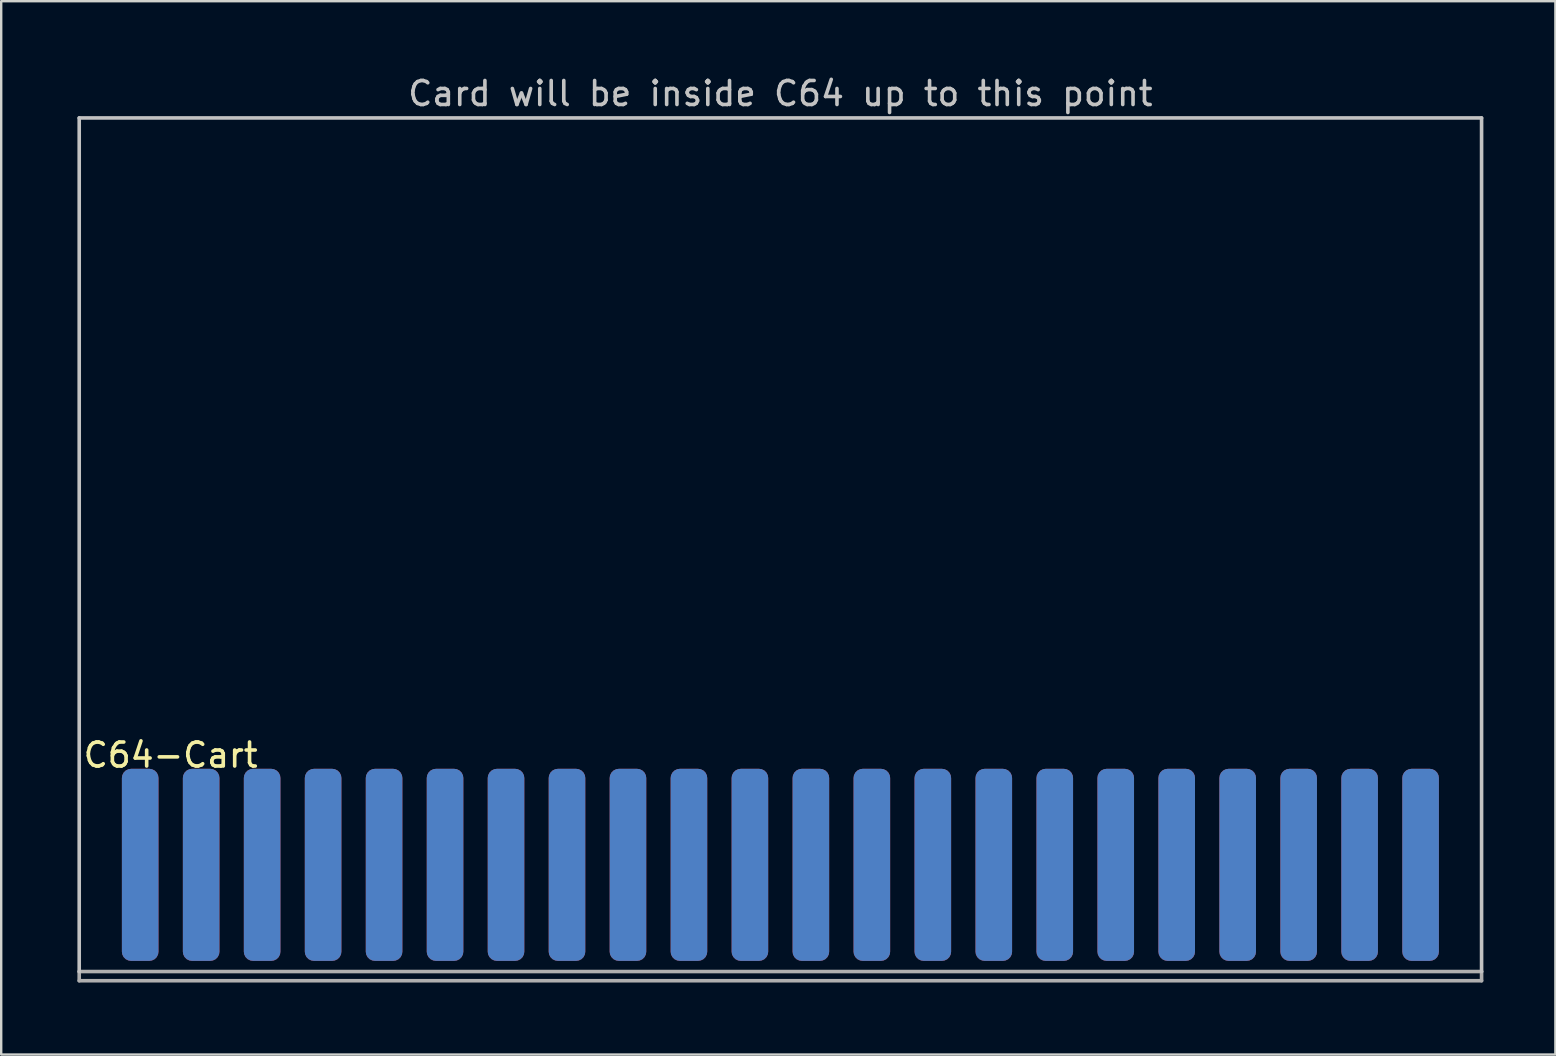
<source format=kicad_pcb>
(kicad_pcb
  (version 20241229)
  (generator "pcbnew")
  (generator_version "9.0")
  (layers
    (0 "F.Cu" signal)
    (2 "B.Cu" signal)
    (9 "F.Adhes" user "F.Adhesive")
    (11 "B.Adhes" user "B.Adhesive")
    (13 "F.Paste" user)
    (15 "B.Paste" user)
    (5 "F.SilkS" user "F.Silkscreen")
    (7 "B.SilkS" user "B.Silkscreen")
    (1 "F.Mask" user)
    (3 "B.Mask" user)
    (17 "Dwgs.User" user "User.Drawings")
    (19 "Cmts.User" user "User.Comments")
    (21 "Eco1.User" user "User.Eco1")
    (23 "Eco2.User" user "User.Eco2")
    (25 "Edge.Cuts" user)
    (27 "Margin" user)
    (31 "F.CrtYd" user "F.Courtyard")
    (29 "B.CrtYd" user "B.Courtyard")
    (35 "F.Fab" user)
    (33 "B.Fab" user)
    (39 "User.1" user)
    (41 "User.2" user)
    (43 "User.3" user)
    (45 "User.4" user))
  (footprint "C64-Cart"
    (layer "F.Cu")
    (at 0.25 37.424)
    (property "Reference" "C64-Cart" (at 3.81 -9.018 0) (layer "F.SilkS") (effects (font (size 1 1) (thickness 0.15))))
    (attr through_hole)
    (fp_poly (pts (xy 0 -8.636) (xy 58.42 -8.636) (xy 58.42 0.381) (xy 0 0.381)) (stroke (width 0.15) (type solid)) (fill yes) (layer "F.Mask"))
    (fp_poly (pts (xy 0 -8.636) (xy 58.42 -8.636) (xy 58.42 0.381) (xy 0 0.381)) (stroke (width 0.15) (type solid)) (fill yes) (layer "B.Mask"))
    (fp_line (start 0 -35.56) (end 0 0) (stroke (width 0.15) (type solid)) (layer "Dwgs.User"))
    (fp_line (start 58.42 -35.56) (end 0 -35.56) (stroke (width 0.15) (type solid)) (layer "Dwgs.User"))
    (fp_line (start 58.42 0) (end 58.42 -35.56) (stroke (width 0.15) (type solid)) (layer "Dwgs.User"))
    (fp_line (start 0 0) (end 58.42 0) (stroke (width 0.15) (type solid)) (layer "F.Fab"))
    (fp_line (start 0 0.381) (end 0 0) (stroke (width 0.15) (type solid)) (layer "F.Fab"))
    (fp_line (start 0 0.381) (end 58.42 0.381) (stroke (width 0.15) (type solid)) (layer "F.Fab"))
    (fp_line (start 58.42 0.381) (end 58.42 0) (stroke (width 0.15) (type solid)) (layer "F.Fab"))
    (fp_text user "Card will be inside C64 up to this point" (at 29.21 -36.576 0) (layer "Dwgs.User") (effects (font (size 1 1) (thickness 0.15))))
    (pad "1" smd roundrect (at 2.54 -4.446 180) (size 1.524 8) (layers "F.Cu") (roundrect_rratio 0.25))
    (pad "2" smd roundrect (at 5.08 -4.446 180) (size 1.524 8) (layers "F.Cu") (roundrect_rratio 0.25))
    (pad "3" smd roundrect (at 7.62 -4.446 180) (size 1.524 8) (layers "F.Cu") (roundrect_rratio 0.25))
    (pad "4" smd roundrect (at 10.16 -4.446 180) (size 1.524 8) (layers "F.Cu") (roundrect_rratio 0.25))
    (pad "5" smd roundrect (at 12.7 -4.446 180) (size 1.524 8) (layers "F.Cu") (roundrect_rratio 0.25))
    (pad "6" smd roundrect (at 15.24 -4.446 180) (size 1.524 8) (layers "F.Cu") (roundrect_rratio 0.25))
    (pad "7" smd roundrect (at 17.78 -4.446 180) (size 1.524 8) (layers "F.Cu") (roundrect_rratio 0.25))
    (pad "8" smd roundrect (at 20.32 -4.446 180) (size 1.524 8) (layers "F.Cu") (roundrect_rratio 0.25))
    (pad "9" smd roundrect (at 22.86 -4.446 180) (size 1.524 8) (layers "F.Cu") (roundrect_rratio 0.25))
    (pad "10" smd roundrect (at 25.4 -4.446 180) (size 1.524 8) (layers "F.Cu") (roundrect_rratio 0.25))
    (pad "11" smd roundrect (at 27.94 -4.446 180) (size 1.524 8) (layers "F.Cu") (roundrect_rratio 0.25))
    (pad "12" smd roundrect (at 30.48 -4.446 180) (size 1.524 8) (layers "F.Cu") (roundrect_rratio 0.25))
    (pad "13" smd roundrect (at 33.02 -4.446 180) (size 1.524 8) (layers "F.Cu") (roundrect_rratio 0.25))
    (pad "14" smd roundrect (at 35.56 -4.446 180) (size 1.524 8) (layers "F.Cu") (roundrect_rratio 0.25))
    (pad "15" smd roundrect (at 38.1 -4.446 180) (size 1.524 8) (layers "F.Cu") (roundrect_rratio 0.25))
    (pad "16" smd roundrect (at 40.64 -4.446 180) (size 1.524 8) (layers "F.Cu") (roundrect_rratio 0.25))
    (pad "17" smd roundrect (at 43.18 -4.446 180) (size 1.524 8) (layers "F.Cu") (roundrect_rratio 0.25))
    (pad "18" smd roundrect (at 45.72 -4.446 180) (size 1.524 8) (layers "F.Cu") (roundrect_rratio 0.25))
    (pad "19" smd roundrect (at 48.26 -4.446 180) (size 1.524 8) (layers "F.Cu") (roundrect_rratio 0.25))
    (pad "20" smd roundrect (at 50.8 -4.446 180) (size 1.524 8) (layers "F.Cu") (roundrect_rratio 0.25))
    (pad "21" smd roundrect (at 53.34 -4.446 180) (size 1.524 8) (layers "F.Cu") (roundrect_rratio 0.25))
    (pad "22" smd roundrect (at 55.88 -4.446 180) (size 1.524 8) (layers "F.Cu") (roundrect_rratio 0.25))
    (pad "A" smd roundrect (at 2.54 -4.446) (size 1.524 8) (layers "B.Cu") (roundrect_rratio 0.25))
    (pad "B" smd roundrect (at 5.08 -4.446) (size 1.524 8) (layers "B.Cu") (roundrect_rratio 0.25))
    (pad "C" smd roundrect (at 7.62 -4.446) (size 1.524 8) (layers "B.Cu") (roundrect_rratio 0.25))
    (pad "D" smd roundrect (at 10.16 -4.446) (size 1.524 8) (layers "B.Cu") (roundrect_rratio 0.25))
    (pad "E" smd roundrect (at 12.7 -4.446) (size 1.524 8) (layers "B.Cu") (roundrect_rratio 0.25))
    (pad "F" smd roundrect (at 15.24 -4.446) (size 1.524 8) (layers "B.Cu") (roundrect_rratio 0.25))
    (pad "H" smd roundrect (at 17.78 -4.446) (size 1.524 8) (layers "B.Cu") (roundrect_rratio 0.25))
    (pad "J" smd roundrect (at 20.32 -4.446) (size 1.524 8) (layers "B.Cu") (roundrect_rratio 0.25))
    (pad "K" smd roundrect (at 22.86 -4.446) (size 1.524 8) (layers "B.Cu") (roundrect_rratio 0.25))
    (pad "L" smd roundrect (at 25.4 -4.446) (size 1.524 8) (layers "B.Cu") (roundrect_rratio 0.25))
    (pad "M" smd roundrect (at 27.94 -4.446) (size 1.524 8) (layers "B.Cu") (roundrect_rratio 0.25))
    (pad "N" smd roundrect (at 30.48 -4.446) (size 1.524 8) (layers "B.Cu") (roundrect_rratio 0.25))
    (pad "P" smd roundrect (at 33.02 -4.446) (size 1.524 8) (layers "B.Cu") (roundrect_rratio 0.25))
    (pad "R" smd roundrect (at 35.56 -4.446) (size 1.524 8) (layers "B.Cu") (roundrect_rratio 0.25))
    (pad "S" smd roundrect (at 38.1 -4.446) (size 1.524 8) (layers "B.Cu") (roundrect_rratio 0.25))
    (pad "T" smd roundrect (at 40.64 -4.446) (size 1.524 8) (layers "B.Cu") (roundrect_rratio 0.25))
    (pad "U" smd roundrect (at 43.18 -4.446) (size 1.524 8) (layers "B.Cu") (roundrect_rratio 0.25))
    (pad "V" smd roundrect (at 45.72 -4.446) (size 1.524 8) (layers "B.Cu") (roundrect_rratio 0.25))
    (pad "W" smd roundrect (at 48.26 -4.446) (size 1.524 8) (layers "B.Cu") (roundrect_rratio 0.25))
    (pad "X" smd roundrect (at 50.8 -4.446) (size 1.524 8) (layers "B.Cu") (roundrect_rratio 0.25))
    (pad "Y" smd roundrect (at 53.34 -4.446) (size 1.524 8) (layers "B.Cu") (roundrect_rratio 0.25))
    (pad "Z" smd roundrect (at 55.88 -4.446) (size 1.524 8) (layers "B.Cu") (roundrect_rratio 0.25)))
  (gr_rect
    (start -3 -3)
    (end 61.745 40.88)
    (stroke (width 0.1) (type default))
    (fill no)
    (layer "Edge.Cuts")))
</source>
